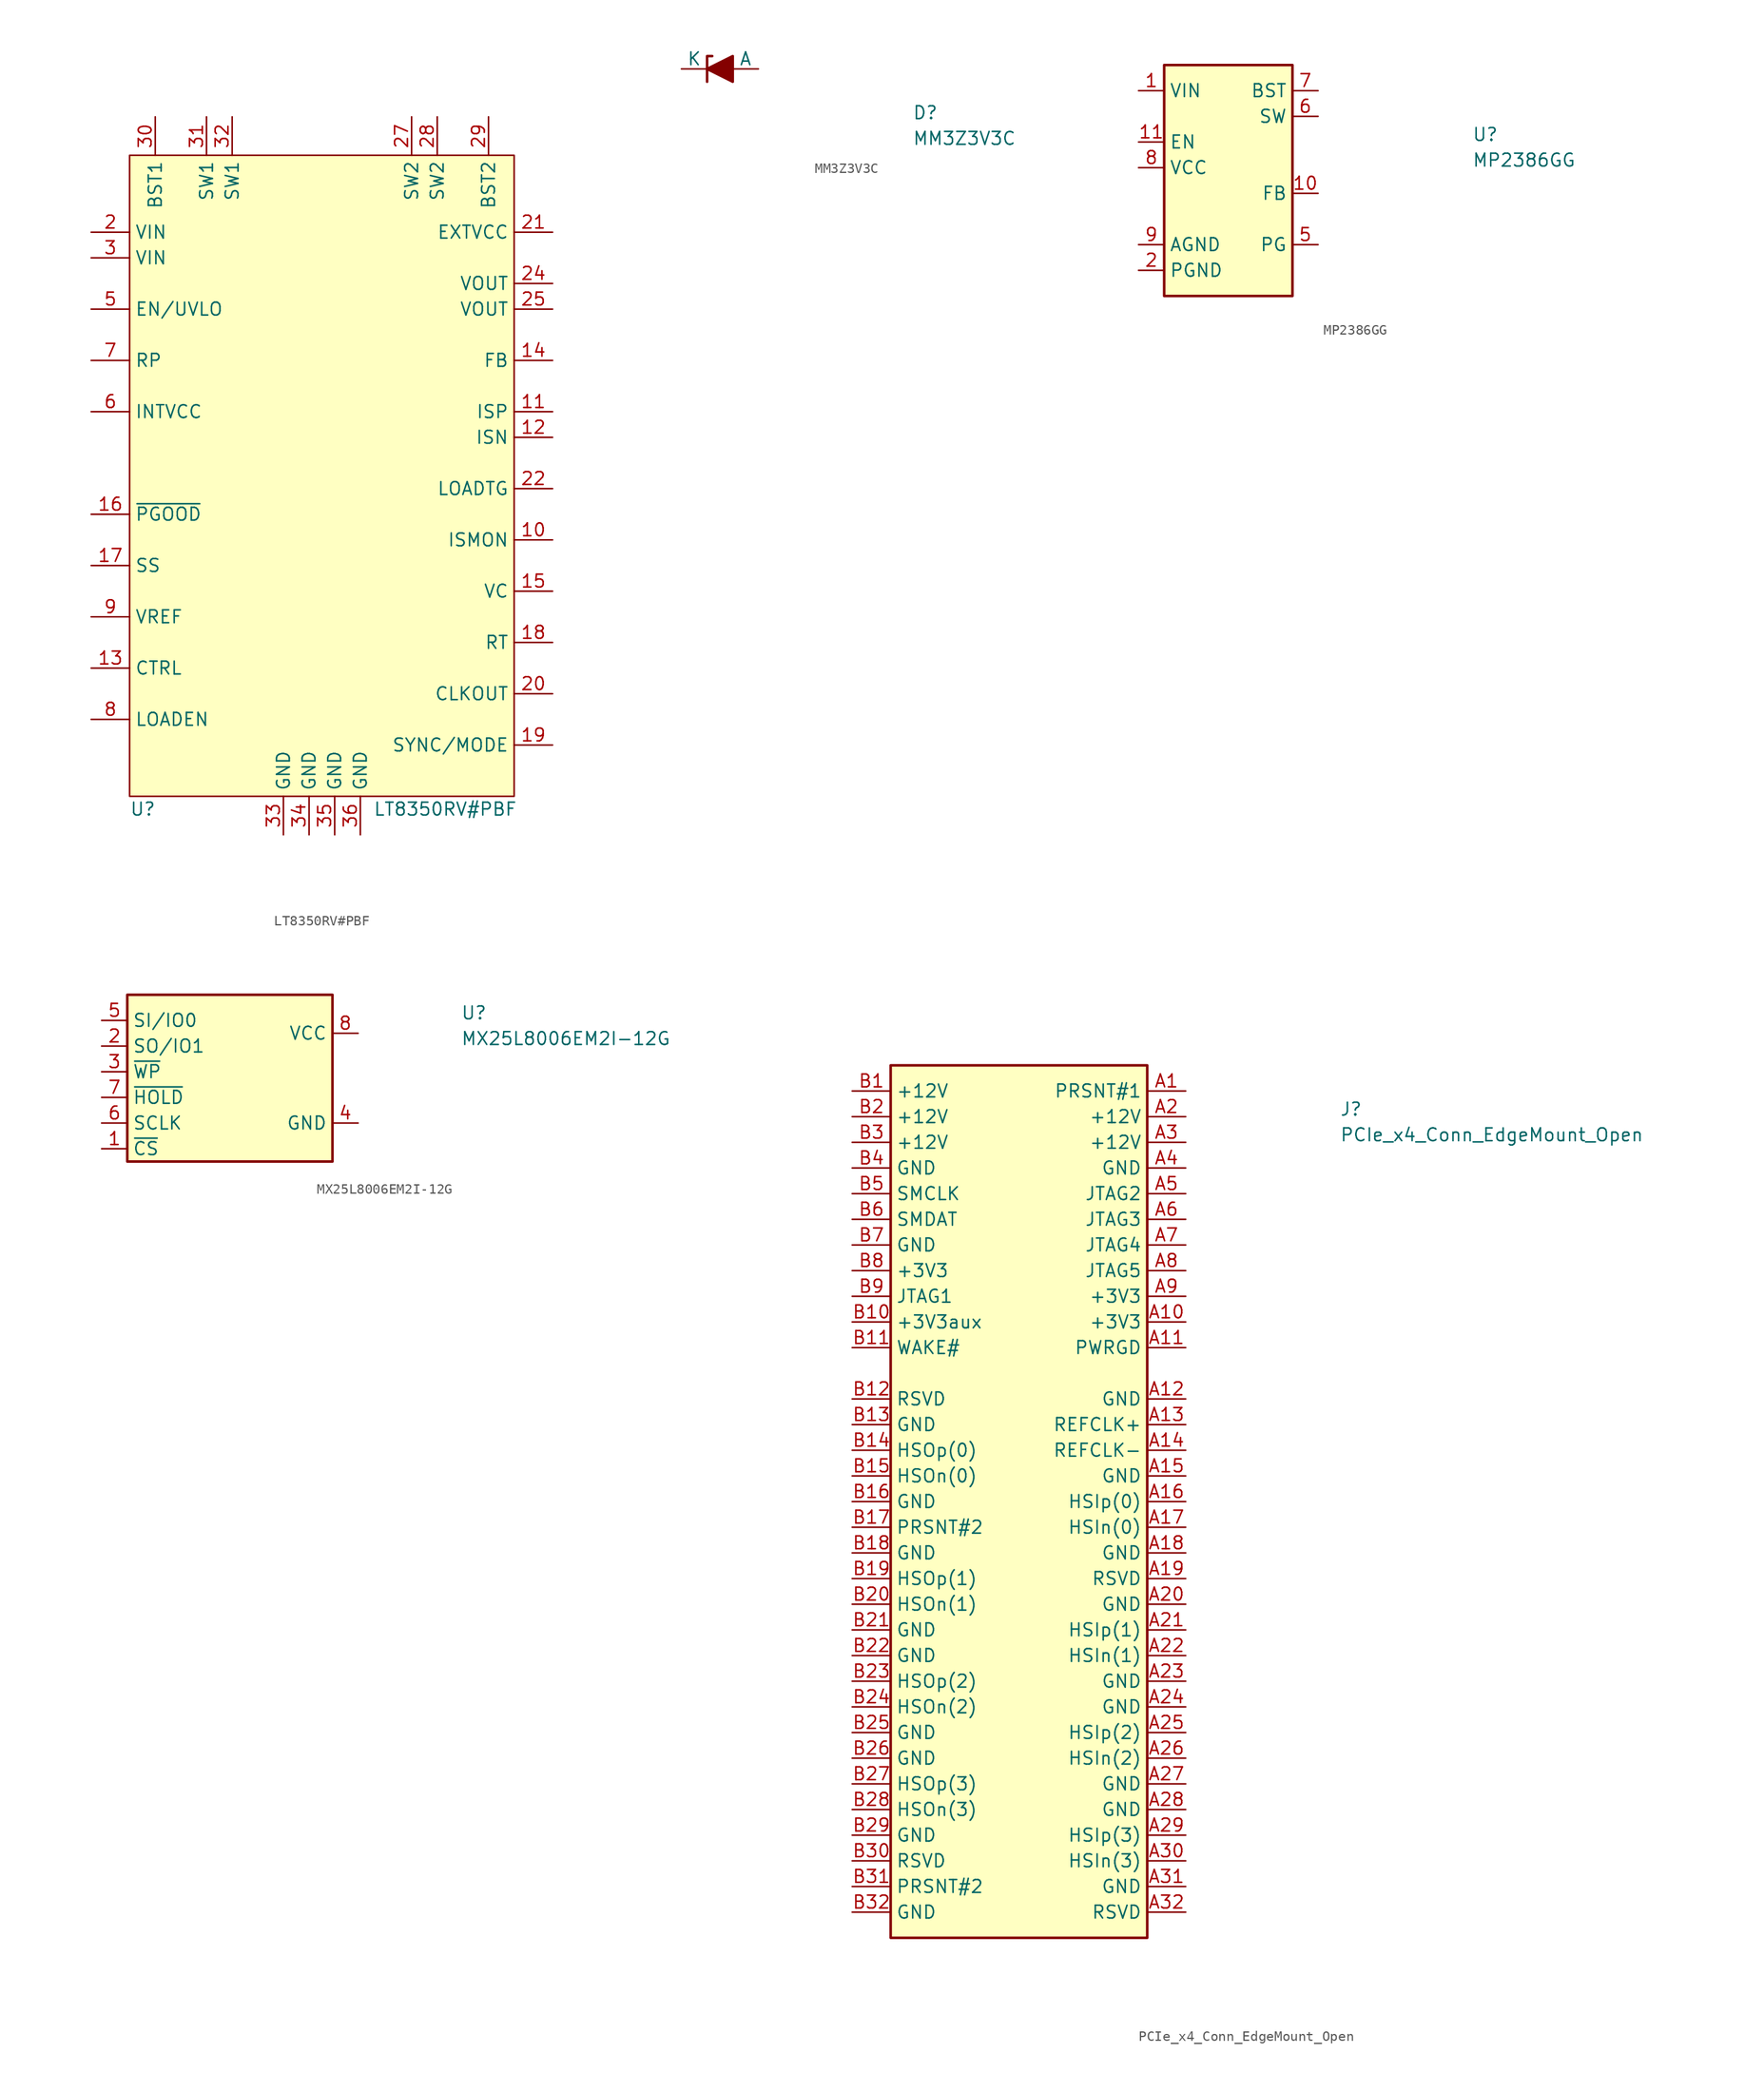
<source format=kicad_sym>
(kicad_symbol_lib
  (version 20211014)
  (generator kicad_symbol_editor)
  (symbol "LT8350RV#PBF"
    (property "Reference" "U"
      (at 3.81 -57.15 0)
      (effects (font (size 1.27 1.27)) (justify left)))
    (property "Value" "LT8350RV#PBF"
      (at 27.94 -57.15 0)
      (effects (font (size 1.27 1.27)) (justify left)))
    (symbol "LT8350RV#PBF_0_1"
      (rectangle (start 3.81 7.62) (end 41.91 -55.88) (stroke (width 0) (type default) (color 0 0 0 0)) (fill (type background))))
    (symbol "LT8350RV#PBF_1_1"
      (pin output line (at 45.72 -30.48 180) (length 3.81) (name "ISMON" (effects (font (size 1.27 1.27)))) (number "10" (effects (font (size 1.27 1.27)))))
      (pin input line (at 45.72 -17.78 180) (length 3.81) (name "ISP" (effects (font (size 1.27 1.27)))) (number "11" (effects (font (size 1.27 1.27)))))
      (pin input line (at 45.72 -20.32 180) (length 3.81) (name "ISN" (effects (font (size 1.27 1.27)))) (number "12" (effects (font (size 1.27 1.27)))))
      (pin input line (at 0 -43.18 0) (length 3.81) (name "CTRL" (effects (font (size 1.27 1.27)))) (number "13" (effects (font (size 1.27 1.27)))))
      (pin input line (at 45.72 -12.7 180) (length 3.81) (name "FB" (effects (font (size 1.27 1.27)))) (number "14" (effects (font (size 1.27 1.27)))))
      (pin output line (at 45.72 -35.56 180) (length 3.81) (name "VC" (effects (font (size 1.27 1.27)))) (number "15" (effects (font (size 1.27 1.27)))))
      (pin open_collector line (at 0 -27.94 0) (length 3.81) (name "~{PGOOD}" (effects (font (size 1.27 1.27)))) (number "16" (effects (font (size 1.27 1.27)))))
      (pin input line (at 0 -33.02 0) (length 3.81) (name "SS" (effects (font (size 1.27 1.27)))) (number "17" (effects (font (size 1.27 1.27)))))
      (pin input line (at 45.72 -40.64 180) (length 3.81) (name "RT" (effects (font (size 1.27 1.27)))) (number "18" (effects (font (size 1.27 1.27)))))
      (pin input line (at 45.72 -50.8 180) (length 3.81) (name "SYNC/MODE" (effects (font (size 1.27 1.27)))) (number "19" (effects (font (size 1.27 1.27)))))
      (pin power_in line (at 0 0 0) (length 3.81) (name "VIN" (effects (font (size 1.27 1.27)))) (number "2" (effects (font (size 1.27 1.27)))))
      (pin output line (at 45.72 -45.72 180) (length 3.81) (name "CLKOUT" (effects (font (size 1.27 1.27)))) (number "20" (effects (font (size 1.27 1.27)))))
      (pin power_in line (at 45.72 0 180) (length 3.81) (name "EXTVCC" (effects (font (size 1.27 1.27)))) (number "21" (effects (font (size 1.27 1.27)))))
      (pin output line (at 45.72 -25.4 180) (length 3.81) (name "LOADTG" (effects (font (size 1.27 1.27)))) (number "22" (effects (font (size 1.27 1.27)))))
      (pin power_out line (at 45.72 -5.08 180) (length 3.81) (name "VOUT" (effects (font (size 1.27 1.27)))) (number "24" (effects (font (size 1.27 1.27)))))
      (pin power_out line (at 45.72 -7.62 180) (length 3.81) (name "VOUT" (effects (font (size 1.27 1.27)))) (number "25" (effects (font (size 1.27 1.27)))))
      (pin output line (at 31.75 11.43 270) (length 3.81) (name "SW2" (effects (font (size 1.27 1.27)))) (number "27" (effects (font (size 1.27 1.27)))))
      (pin output line (at 34.29 11.43 270) (length 3.81) (name "SW2" (effects (font (size 1.27 1.27)))) (number "28" (effects (font (size 1.27 1.27)))))
      (pin input line (at 39.37 11.43 270) (length 3.81) (name "BST2" (effects (font (size 1.27 1.27)))) (number "29" (effects (font (size 1.27 1.27)))))
      (pin power_in line (at 0 -2.54 0) (length 3.81) (name "VIN" (effects (font (size 1.27 1.27)))) (number "3" (effects (font (size 1.27 1.27)))))
      (pin input line (at 6.35 11.43 270) (length 3.81) (name "BST1" (effects (font (size 1.27 1.27)))) (number "30" (effects (font (size 1.27 1.27)))))
      (pin output line (at 11.43 11.43 270) (length 3.81) (name "SW1" (effects (font (size 1.27 1.27)))) (number "31" (effects (font (size 1.27 1.27)))))
      (pin output line (at 13.97 11.43 270) (length 3.81) (name "SW1" (effects (font (size 1.27 1.27)))) (number "32" (effects (font (size 1.27 1.27)))))
      (pin power_in line (at 19.05 -59.69 90) (length 3.81) (name "GND" (effects (font (size 1.27 1.27)))) (number "33" (effects (font (size 1.27 1.27)))))
      (pin power_in line (at 21.59 -59.69 90) (length 3.81) (name "GND" (effects (font (size 1.27 1.27)))) (number "34" (effects (font (size 1.27 1.27)))))
      (pin power_in line (at 24.13 -59.69 90) (length 3.81) (name "GND" (effects (font (size 1.27 1.27)))) (number "35" (effects (font (size 1.27 1.27)))))
      (pin power_in line (at 26.67 -59.69 90) (length 3.81) (name "GND" (effects (font (size 1.27 1.27)))) (number "36" (effects (font (size 1.27 1.27)))))
      (pin input line (at 0 -7.62 0) (length 3.81) (name "EN/UVLO" (effects (font (size 1.27 1.27)))) (number "5" (effects (font (size 1.27 1.27)))))
      (pin power_out line (at 0 -17.78 0) (length 3.81) (name "INTVCC" (effects (font (size 1.27 1.27)))) (number "6" (effects (font (size 1.27 1.27)))))
      (pin unspecified line (at 0 -12.7 0) (length 3.81) (name "RP" (effects (font (size 1.27 1.27)))) (number "7" (effects (font (size 1.27 1.27)))))
      (pin input line (at 0 -48.26 0) (length 3.81) (name "LOADEN" (effects (font (size 1.27 1.27)))) (number "8" (effects (font (size 1.27 1.27)))))
      (pin power_out line (at 0 -38.1 0) (length 3.81) (name "VREF" (effects (font (size 1.27 1.27)))) (number "9" (effects (font (size 1.27 1.27)))))))
  (symbol "MM3Z3V3C"
    (pin_numbers hide)
    (pin_names
      (offset 0))
    (property "Reference" "D"
      (at 22.86 -5.08 0)
      (effects (font (size 1.27 1.27) (thickness 0.15)) (justify left bottom)))
    (property "Value" "MM3Z3V3C"
      (at 22.86 -7.62 0)
      (effects (font (size 1.27 1.27) (thickness 0.15)) (justify left bottom)))
    (symbol "MM3Z3V3C_1_1"
      (polyline (pts (xy 5.08 0) (xy 2.54 0)) (stroke (width 0) (type default) (color 0 0 0 0)) (fill (type none)))
      (polyline (pts (xy 2.54 -1.27) (xy 2.54 1.27) (xy 3.048 1.27)) (stroke (width 0.254) (type default) (color 0 0 0 0)) (fill (type none)))
      (polyline (pts (xy 5.08 -1.27) (xy 5.08 1.27) (xy 2.54 0) (xy 5.08 -1.27)) (stroke (width 0.254) (type default) (color 0 0 0 0)) (fill (type outline)))
      (pin passive line (at 7.62 0 180) (length 2.54) (name "A" (effects (font (size 1.27 1.27)))) (number "A" (effects (font (size 1.27 1.27)))))
      (pin passive line (at 0 0 0) (length 2.54) (name "K" (effects (font (size 1.27 1.27)))) (number "K" (effects (font (size 1.27 1.27)))))))
  (symbol "MP2386GG"
    (property "Reference" "U"
      (at 33.02 -5.08 0)
      (effects (font (size 1.27 1.27) (thickness 0.15)) (justify left bottom)))
    (property "Value" "MP2386GG"
      (at 33.02 -7.62 0)
      (effects (font (size 1.27 1.27) (thickness 0.15)) (justify left bottom)))
    (symbol "MP2386GG_1_1"
      (rectangle (start 2.54 2.54) (end 15.24 -20.32) (stroke (width 0.254) (type default) (color 0 0 0 0)) (fill (type background)))
      (pin power_in line (at 0 0 0) (length 2.54) (name "VIN" (effects (font (size 1.27 1.27)))) (number "1" (effects (font (size 1.27 1.27)))))
      (pin input line (at 17.78 -10.16 180) (length 2.54) (name "FB" (effects (font (size 1.27 1.27)))) (number "10" (effects (font (size 1.27 1.27)))))
      (pin input line (at 0 -5.08 0) (length 2.54) (name "EN" (effects (font (size 1.27 1.27)))) (number "11" (effects (font (size 1.27 1.27)))))
      (pin power_in line (at 0 -17.78 0) (length 2.54) (name "PGND" (effects (font (size 1.27 1.27)))) (number "2" (effects (font (size 1.27 1.27)))))
      (pin passive line (at 0 -17.78 0) (length 2.54) hide (name "PGND" (effects (font (size 1.27 1.27)))) (number "3" (effects (font (size 1.27 1.27)))))
      (pin passive line (at 0 -17.78 0) (length 2.54) hide (name "PGND" (effects (font (size 1.27 1.27)))) (number "4" (effects (font (size 1.27 1.27)))))
      (pin open_collector line (at 17.78 -15.24 180) (length 2.54) (name "PG" (effects (font (size 1.27 1.27)))) (number "5" (effects (font (size 1.27 1.27)))))
      (pin power_out line (at 17.78 -2.54 180) (length 2.54) (name "SW" (effects (font (size 1.27 1.27)))) (number "6" (effects (font (size 1.27 1.27)))))
      (pin input line (at 17.78 0 180) (length 2.54) (name "BST" (effects (font (size 1.27 1.27)))) (number "7" (effects (font (size 1.27 1.27)))))
      (pin power_out line (at 0 -7.62 0) (length 2.54) (name "VCC" (effects (font (size 1.27 1.27)))) (number "8" (effects (font (size 1.27 1.27)))))
      (pin power_in line (at 0 -15.24 0) (length 2.54) (name "AGND" (effects (font (size 1.27 1.27)))) (number "9" (effects (font (size 1.27 1.27)))))))
  (symbol "MX25L8006EM2I-12G"
    (property "Reference" "U"
      (at 35.56 0 0)
      (effects (font (size 1.27 1.27) (thickness 0.15)) (justify left bottom)))
    (property "Value" "MX25L8006EM2I-12G"
      (at 35.56 -2.54 0)
      (effects (font (size 1.27 1.27) (thickness 0.15)) (justify left bottom)))
    (symbol "MX25L8006EM2I-12G_0_1"
      (rectangle (start 2.54 2.54) (end 22.86 -13.97) (stroke (width 0.254) (type default) (color 0 0 0 0)) (fill (type background))))
    (symbol "MX25L8006EM2I-12G_1_1"
      (pin input line (at 0 -12.7 0) (length 2.54) (name "~{CS}" (effects (font (size 1.27 1.27)))) (number "1" (effects (font (size 1.27 1.27)))))
      (pin input line (at 0 -2.54 0) (length 2.54) (name "SO/IO1" (effects (font (size 1.27 1.27)))) (number "2" (effects (font (size 1.27 1.27)))))
      (pin input line (at 0 -5.08 0) (length 2.54) (name "~{WP}" (effects (font (size 1.27 1.27)))) (number "3" (effects (font (size 1.27 1.27)))))
      (pin power_in line (at 25.4 -10.16 180) (length 2.54) (name "GND" (effects (font (size 1.27 1.27)))) (number "4" (effects (font (size 1.27 1.27)))))
      (pin input line (at 0 0 0) (length 2.54) (name "SI/IO0" (effects (font (size 1.27 1.27)))) (number "5" (effects (font (size 1.27 1.27)))))
      (pin input line (at 0 -10.16 0) (length 2.54) (name "SCLK" (effects (font (size 1.27 1.27)))) (number "6" (effects (font (size 1.27 1.27)))))
      (pin input line (at 0 -7.62 0) (length 2.54) (name "~{HOLD}" (effects (font (size 1.27 1.27)))) (number "7" (effects (font (size 1.27 1.27)))))
      (pin power_in line (at 25.4 -1.27 180) (length 2.54) (name "VCC" (effects (font (size 1.27 1.27)))) (number "8" (effects (font (size 1.27 1.27)))))))
  (symbol "PCIe_x4_Conn_EdgeMount_Open"
    (property "Reference" "J"
      (at 48.26 -2.54 0)
      (effects (font (size 1.27 1.27) (thickness 0.15)) (justify left bottom)))
    (property "Value" "PCIe_x4_Conn_EdgeMount_Open"
      (at 48.26 -5.08 0)
      (effects (font (size 1.27 1.27) (thickness 0.15)) (justify left bottom)))
    (symbol "PCIe_x4_Conn_EdgeMount_Open_0_1"
      (rectangle (start 3.81 2.54) (end 29.21 -83.82) (stroke (width 0.254) (type default) (color 0 0 0 0)) (fill (type background))))
    (symbol "PCIe_x4_Conn_EdgeMount_Open_1_1"
      (pin passive line (at 33.02 0 180) (length 3.81) (name "PRSNT#1" (effects (font (size 1.27 1.27)))) (number "A1" (effects (font (size 1.27 1.27)))))
      (pin passive line (at 33.02 -22.86 180) (length 3.81) (name "+3V3" (effects (font (size 1.27 1.27)))) (number "A10" (effects (font (size 1.27 1.27)))))
      (pin passive line (at 33.02 -25.4 180) (length 3.81) (name "PWRGD" (effects (font (size 1.27 1.27)))) (number "A11" (effects (font (size 1.27 1.27)))))
      (pin passive line (at 33.02 -30.48 180) (length 3.81) (name "GND" (effects (font (size 1.27 1.27)))) (number "A12" (effects (font (size 1.27 1.27)))))
      (pin passive line (at 33.02 -33.02 180) (length 3.81) (name "REFCLK+" (effects (font (size 1.27 1.27)))) (number "A13" (effects (font (size 1.27 1.27)))))
      (pin passive line (at 33.02 -35.56 180) (length 3.81) (name "REFCLK-" (effects (font (size 1.27 1.27)))) (number "A14" (effects (font (size 1.27 1.27)))))
      (pin passive line (at 33.02 -38.1 180) (length 3.81) (name "GND" (effects (font (size 1.27 1.27)))) (number "A15" (effects (font (size 1.27 1.27)))))
      (pin passive line (at 33.02 -40.64 180) (length 3.81) (name "HSIp(0)" (effects (font (size 1.27 1.27)))) (number "A16" (effects (font (size 1.27 1.27)))))
      (pin passive line (at 33.02 -43.18 180) (length 3.81) (name "HSIn(0)" (effects (font (size 1.27 1.27)))) (number "A17" (effects (font (size 1.27 1.27)))))
      (pin passive line (at 33.02 -45.72 180) (length 3.81) (name "GND" (effects (font (size 1.27 1.27)))) (number "A18" (effects (font (size 1.27 1.27)))))
      (pin passive line (at 33.02 -48.26 180) (length 3.81) (name "RSVD" (effects (font (size 1.27 1.27)))) (number "A19" (effects (font (size 1.27 1.27)))))
      (pin passive line (at 33.02 -2.54 180) (length 3.81) (name "+12V" (effects (font (size 1.27 1.27)))) (number "A2" (effects (font (size 1.27 1.27)))))
      (pin passive line (at 33.02 -50.8 180) (length 3.81) (name "GND" (effects (font (size 1.27 1.27)))) (number "A20" (effects (font (size 1.27 1.27)))))
      (pin passive line (at 33.02 -53.34 180) (length 3.81) (name "HSIp(1)" (effects (font (size 1.27 1.27)))) (number "A21" (effects (font (size 1.27 1.27)))))
      (pin passive line (at 33.02 -55.88 180) (length 3.81) (name "HSIn(1)" (effects (font (size 1.27 1.27)))) (number "A22" (effects (font (size 1.27 1.27)))))
      (pin passive line (at 33.02 -58.42 180) (length 3.81) (name "GND" (effects (font (size 1.27 1.27)))) (number "A23" (effects (font (size 1.27 1.27)))))
      (pin passive line (at 33.02 -60.96 180) (length 3.81) (name "GND" (effects (font (size 1.27 1.27)))) (number "A24" (effects (font (size 1.27 1.27)))))
      (pin passive line (at 33.02 -63.5 180) (length 3.81) (name "HSIp(2)" (effects (font (size 1.27 1.27)))) (number "A25" (effects (font (size 1.27 1.27)))))
      (pin passive line (at 33.02 -66.04 180) (length 3.81) (name "HSIn(2)" (effects (font (size 1.27 1.27)))) (number "A26" (effects (font (size 1.27 1.27)))))
      (pin passive line (at 33.02 -68.58 180) (length 3.81) (name "GND" (effects (font (size 1.27 1.27)))) (number "A27" (effects (font (size 1.27 1.27)))))
      (pin input line (at 33.02 -71.12 180) (length 3.81) (name "GND" (effects (font (size 1.27 1.27)))) (number "A28" (effects (font (size 1.27 1.27)))))
      (pin passive line (at 33.02 -73.66 180) (length 3.81) (name "HSIp(3)" (effects (font (size 1.27 1.27)))) (number "A29" (effects (font (size 1.27 1.27)))))
      (pin passive line (at 33.02 -5.08 180) (length 3.81) (name "+12V" (effects (font (size 1.27 1.27)))) (number "A3" (effects (font (size 1.27 1.27)))))
      (pin passive line (at 33.02 -76.2 180) (length 3.81) (name "HSIn(3)" (effects (font (size 1.27 1.27)))) (number "A30" (effects (font (size 1.27 1.27)))))
      (pin passive line (at 33.02 -78.74 180) (length 3.81) (name "GND" (effects (font (size 1.27 1.27)))) (number "A31" (effects (font (size 1.27 1.27)))))
      (pin passive line (at 33.02 -81.28 180) (length 3.81) (name "RSVD" (effects (font (size 1.27 1.27)))) (number "A32" (effects (font (size 1.27 1.27)))))
      (pin passive line (at 33.02 -7.62 180) (length 3.81) (name "GND" (effects (font (size 1.27 1.27)))) (number "A4" (effects (font (size 1.27 1.27)))))
      (pin passive line (at 33.02 -10.16 180) (length 3.81) (name "JTAG2" (effects (font (size 1.27 1.27)))) (number "A5" (effects (font (size 1.27 1.27)))))
      (pin passive line (at 33.02 -12.7 180) (length 3.81) (name "JTAG3" (effects (font (size 1.27 1.27)))) (number "A6" (effects (font (size 1.27 1.27)))))
      (pin passive line (at 33.02 -15.24 180) (length 3.81) (name "JTAG4" (effects (font (size 1.27 1.27)))) (number "A7" (effects (font (size 1.27 1.27)))))
      (pin passive line (at 33.02 -17.78 180) (length 3.81) (name "JTAG5" (effects (font (size 1.27 1.27)))) (number "A8" (effects (font (size 1.27 1.27)))))
      (pin passive line (at 33.02 -20.32 180) (length 3.81) (name "+3V3" (effects (font (size 1.27 1.27)))) (number "A9" (effects (font (size 1.27 1.27)))))
      (pin passive line (at 0 0 0) (length 3.81) (name "+12V" (effects (font (size 1.27 1.27)))) (number "B1" (effects (font (size 1.27 1.27)))))
      (pin passive line (at 0 -22.86 0) (length 3.81) (name "+3V3aux" (effects (font (size 1.27 1.27)))) (number "B10" (effects (font (size 1.27 1.27)))))
      (pin passive line (at 0 -25.4 0) (length 3.81) (name "WAKE#" (effects (font (size 1.27 1.27)))) (number "B11" (effects (font (size 1.27 1.27)))))
      (pin passive line (at 0 -30.48 0) (length 3.81) (name "RSVD" (effects (font (size 1.27 1.27)))) (number "B12" (effects (font (size 1.27 1.27)))))
      (pin passive line (at 0 -33.02 0) (length 3.81) (name "GND" (effects (font (size 1.27 1.27)))) (number "B13" (effects (font (size 1.27 1.27)))))
      (pin passive line (at 0 -35.56 0) (length 3.81) (name "HSOp(0)" (effects (font (size 1.27 1.27)))) (number "B14" (effects (font (size 1.27 1.27)))))
      (pin passive line (at 0 -38.1 0) (length 3.81) (name "HSOn(0)" (effects (font (size 1.27 1.27)))) (number "B15" (effects (font (size 1.27 1.27)))))
      (pin passive line (at 0 -40.64 0) (length 3.81) (name "GND" (effects (font (size 1.27 1.27)))) (number "B16" (effects (font (size 1.27 1.27)))))
      (pin passive line (at 0 -43.18 0) (length 3.81) (name "PRSNT#2" (effects (font (size 1.27 1.27)))) (number "B17" (effects (font (size 1.27 1.27)))))
      (pin passive line (at 0 -45.72 0) (length 3.81) (name "GND" (effects (font (size 1.27 1.27)))) (number "B18" (effects (font (size 1.27 1.27)))))
      (pin passive line (at 0 -48.26 0) (length 3.81) (name "HSOp(1)" (effects (font (size 1.27 1.27)))) (number "B19" (effects (font (size 1.27 1.27)))))
      (pin passive line (at 0 -2.54 0) (length 3.81) (name "+12V" (effects (font (size 1.27 1.27)))) (number "B2" (effects (font (size 1.27 1.27)))))
      (pin passive line (at 0 -50.8 0) (length 3.81) (name "HSOn(1)" (effects (font (size 1.27 1.27)))) (number "B20" (effects (font (size 1.27 1.27)))))
      (pin passive line (at 0 -53.34 0) (length 3.81) (name "GND" (effects (font (size 1.27 1.27)))) (number "B21" (effects (font (size 1.27 1.27)))))
      (pin passive line (at 0 -55.88 0) (length 3.81) (name "GND" (effects (font (size 1.27 1.27)))) (number "B22" (effects (font (size 1.27 1.27)))))
      (pin passive line (at 0 -58.42 0) (length 3.81) (name "HSOp(2)" (effects (font (size 1.27 1.27)))) (number "B23" (effects (font (size 1.27 1.27)))))
      (pin passive line (at 0 -60.96 0) (length 3.81) (name "HSOn(2)" (effects (font (size 1.27 1.27)))) (number "B24" (effects (font (size 1.27 1.27)))))
      (pin passive line (at 0 -63.5 0) (length 3.81) (name "GND" (effects (font (size 1.27 1.27)))) (number "B25" (effects (font (size 1.27 1.27)))))
      (pin passive line (at 0 -66.04 0) (length 3.81) (name "GND" (effects (font (size 1.27 1.27)))) (number "B26" (effects (font (size 1.27 1.27)))))
      (pin passive line (at 0 -68.58 0) (length 3.81) (name "HSOp(3)" (effects (font (size 1.27 1.27)))) (number "B27" (effects (font (size 1.27 1.27)))))
      (pin passive line (at 0 -71.12 0) (length 3.81) (name "HSOn(3)" (effects (font (size 1.27 1.27)))) (number "B28" (effects (font (size 1.27 1.27)))))
      (pin passive line (at 0 -73.66 0) (length 3.81) (name "GND" (effects (font (size 1.27 1.27)))) (number "B29" (effects (font (size 1.27 1.27)))))
      (pin passive line (at 0 -5.08 0) (length 3.81) (name "+12V" (effects (font (size 1.27 1.27)))) (number "B3" (effects (font (size 1.27 1.27)))))
      (pin passive line (at 0 -76.2 0) (length 3.81) (name "RSVD" (effects (font (size 1.27 1.27)))) (number "B30" (effects (font (size 1.27 1.27)))))
      (pin passive line (at 0 -78.74 0) (length 3.81) (name "PRSNT#2" (effects (font (size 1.27 1.27)))) (number "B31" (effects (font (size 1.27 1.27)))))
      (pin passive line (at 0 -81.28 0) (length 3.81) (name "GND" (effects (font (size 1.27 1.27)))) (number "B32" (effects (font (size 1.27 1.27)))))
      (pin passive line (at 0 -7.62 0) (length 3.81) (name "GND" (effects (font (size 1.27 1.27)))) (number "B4" (effects (font (size 1.27 1.27)))))
      (pin passive line (at 0 -10.16 0) (length 3.81) (name "SMCLK" (effects (font (size 1.27 1.27)))) (number "B5" (effects (font (size 1.27 1.27)))))
      (pin passive line (at 0 -12.7 0) (length 3.81) (name "SMDAT" (effects (font (size 1.27 1.27)))) (number "B6" (effects (font (size 1.27 1.27)))))
      (pin passive line (at 0 -15.24 0) (length 3.81) (name "GND" (effects (font (size 1.27 1.27)))) (number "B7" (effects (font (size 1.27 1.27)))))
      (pin passive line (at 0 -17.78 0) (length 3.81) (name "+3V3" (effects (font (size 1.27 1.27)))) (number "B8" (effects (font (size 1.27 1.27)))))
      (pin passive line (at 0 -20.32 0) (length 3.81) (name "JTAG1" (effects (font (size 1.27 1.27)))) (number "B9" (effects (font (size 1.27 1.27))))))))
</source>
